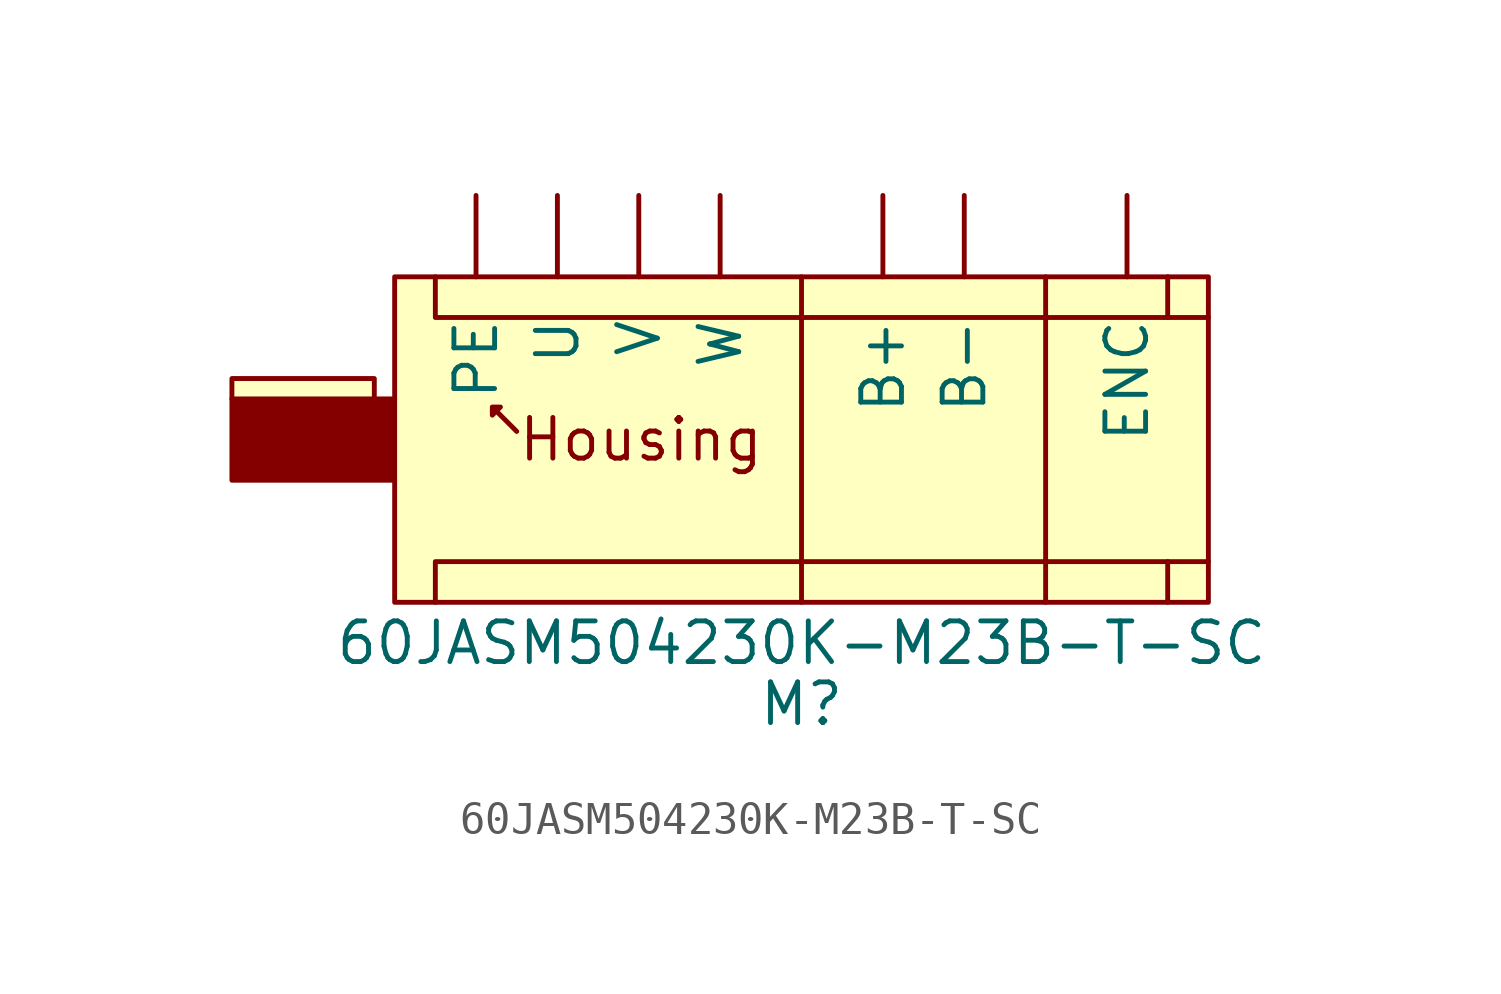
<source format=kicad_sym>
(kicad_symbol_lib
  (version 20241209)
  (generator "kicad_symbol_editor")
  (generator_version "9.0")
  (symbol "60JASM504230K-M23B-T-SC"
    (pin_names
      (offset 1.27))
    (property "Reference" "M"
      (at 0 -8.255 0)
      (effects (font (size 1.27 1.27))))
    (property "Value" "60JASM504230K-M23B-T-SC"
      (at 0 -6.35 0)
      (effects (font (size 1.27 1.27))))
    (symbol "60JASM504230K-M23B-T-SC_0_1"
      (polyline (pts (xy -17.78 1.27) (xy -17.78 1.905) (xy -13.335 1.905) (xy -13.335 1.27)) (stroke (width 0) (type default)) (fill (type background)))
      (rectangle (start -12.7 5.08) (end 12.7 -5.08) (stroke (width 0) (type default)) (fill (type background)))
      (polyline (pts (xy -12.7 1.27) (xy -17.78 1.27) (xy -17.78 -1.27) (xy -12.7 -1.27)) (stroke (width 0) (type default)) (fill (type outline)))
      (polyline (pts (xy -11.43 5.08) (xy -11.43 3.81) (xy 12.7 3.81)) (stroke (width 0) (type default)) (fill (type none)))
      (polyline (pts (xy -11.43 -5.08) (xy -11.43 -3.81) (xy 12.7 -3.81)) (stroke (width 0) (type default)) (fill (type none)))
      (polyline (pts (xy -8.89 0.254) (xy -9.652 1.016) (xy -9.652 0.762) (xy -9.398 1.016) (xy -9.652 1.016)) (stroke (width 0) (type default)) (fill (type none)))
      (polyline (pts (xy 0 5.08) (xy 0 -5.08)) (stroke (width 0) (type default)) (fill (type none)))
      (polyline (pts (xy 7.62 5.08) (xy 7.62 -5.08)) (stroke (width 0) (type default)) (fill (type none)))
      (polyline (pts (xy 11.43 5.08) (xy 11.43 3.81)) (stroke (width 0) (type default)) (fill (type none)))
      (polyline (pts (xy 11.43 -3.81) (xy 11.43 -5.08)) (stroke (width 0) (type default)) (fill (type none))))
    (symbol "60JASM504230K-M23B-T-SC_1_1"
      (text "Housing" (at -8.89 0 0) (effects (font (size 1.27 1.27)) (justify left)))
      (pin power_in line (at -10.16 7.62 270) (length 2.54) (name "PE" (effects (font (size 1.27 1.27)))) (number "" (effects (font (size 1.27 1.27)))))
      (pin power_in line (at -7.62 7.62 270) (length 2.54) (name "U" (effects (font (size 1.27 1.27)))) (number "" (effects (font (size 1.27 1.27)))))
      (pin power_in line (at -5.08 7.62 270) (length 2.54) (name "V" (effects (font (size 1.27 1.27)))) (number "" (effects (font (size 1.27 1.27)))))
      (pin power_in line (at -2.54 7.62 270) (length 2.54) (name "W" (effects (font (size 1.27 1.27)))) (number "" (effects (font (size 1.27 1.27)))))
      (pin passive line (at 2.54 7.62 270) (length 2.54) (name "B+" (effects (font (size 1.27 1.27)))) (number "" (effects (font (size 1.27 1.27)))))
      (pin passive line (at 5.08 7.62 270) (length 2.54) (name "B-" (effects (font (size 1.27 1.27)))) (number "" (effects (font (size 1.27 1.27)))))
      (pin bidirectional line (at 10.16 7.62 270) (length 2.54) (name "ENC" (effects (font (size 1.27 1.27)))) (number "" (effects (font (size 1.27 1.27))))))))
</source>
